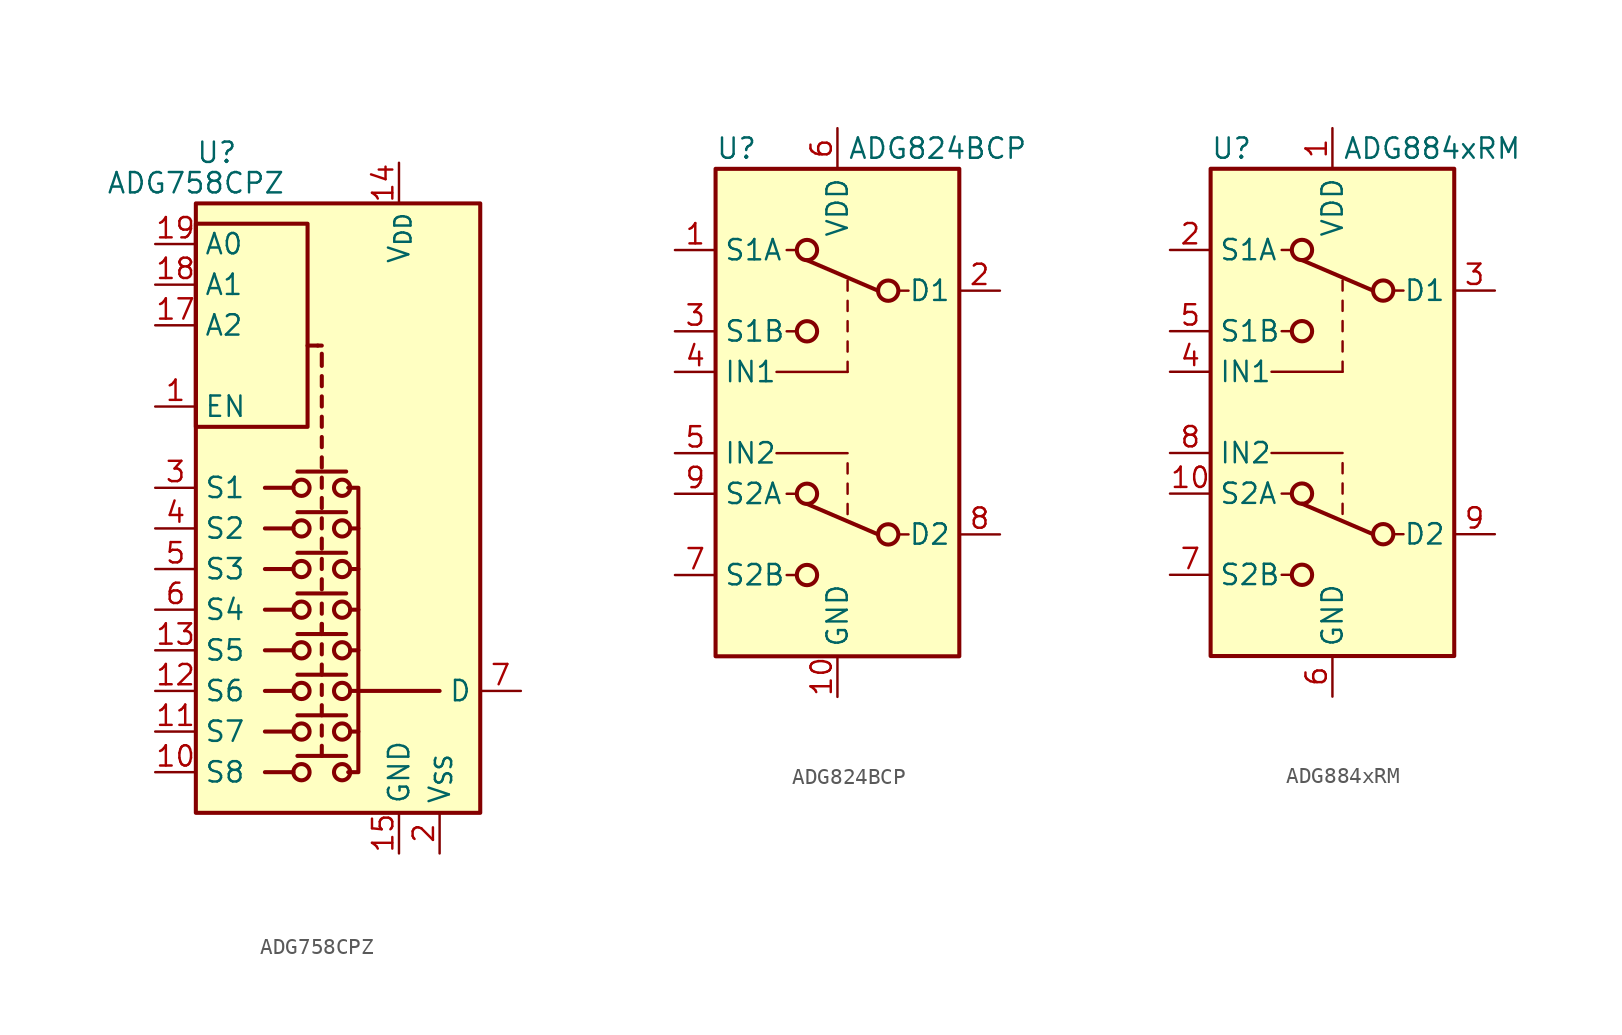
<source format=kicad_sym>
(kicad_symbol_lib
  (version 20231120)
  (generator "kicad_symbol_editor")
  (generator_version "8.0")
  (symbol "ADG758CPZ"
    (property "Reference" "U"
      (at -7.62 23.495 0)
      (effects (font (size 1.27 1.27)) (justify left)))
    (property "Value" "ADG758CPZ"
      (at -7.62 21.59 0)
      (effects (font (size 1.27 1.27))))
    (symbol "ADG758CPZ_0_1"
      (rectangle (start -7.62 6.35) (end -0.635 19.05) (stroke (width 0.254) (type default)) (fill (type none)))
      (rectangle (start -7.62 20.32) (end 10.16 -17.78) (stroke (width 0.254) (type default)) (fill (type background)))
      (circle (center -1.016 -15.24) (radius 0.508) (stroke (width 0.254) (type default)) (fill (type none)))
      (circle (center -1.016 -12.7) (radius 0.508) (stroke (width 0.254) (type default)) (fill (type none)))
      (circle (center -1.016 -10.16) (radius 0.508) (stroke (width 0.254) (type default)) (fill (type none)))
      (circle (center -1.016 -7.62) (radius 0.508) (stroke (width 0.254) (type default)) (fill (type none)))
      (circle (center -1.016 -5.08) (radius 0.508) (stroke (width 0.254) (type default)) (fill (type none)))
      (circle (center -1.016 -2.54) (radius 0.508) (stroke (width 0.254) (type default)) (fill (type none)))
      (circle (center -1.016 0) (radius 0.508) (stroke (width 0.254) (type default)) (fill (type none)))
      (circle (center -1.016 2.54) (radius 0.508) (stroke (width 0.254) (type default)) (fill (type none)))
      (polyline (pts (xy -1.524 -15.24) (xy -3.302 -15.24)) (stroke (width 0.254) (type default)) (fill (type none)))
      (polyline (pts (xy -1.524 -12.7) (xy -3.302 -12.7)) (stroke (width 0.254) (type default)) (fill (type none)))
      (polyline (pts (xy -1.524 -10.16) (xy -3.302 -10.16)) (stroke (width 0.254) (type default)) (fill (type none)))
      (polyline (pts (xy -1.524 -7.62) (xy -3.302 -7.62)) (stroke (width 0.254) (type default)) (fill (type none)))
      (polyline (pts (xy -1.524 -5.08) (xy -3.302 -5.08)) (stroke (width 0.254) (type default)) (fill (type none)))
      (polyline (pts (xy -1.524 -2.54) (xy -3.302 -2.54)) (stroke (width 0.254) (type default)) (fill (type none)))
      (polyline (pts (xy -1.524 0) (xy -3.302 0)) (stroke (width 0.254) (type default)) (fill (type none)))
      (polyline (pts (xy -1.524 2.54) (xy -3.302 2.54)) (stroke (width 0.254) (type default)) (fill (type none)))
      (polyline (pts (xy -1.27 -14.224) (xy 1.778 -14.224)) (stroke (width 0.254) (type default)) (fill (type none)))
      (polyline (pts (xy -1.27 -11.684) (xy 1.778 -11.684)) (stroke (width 0.254) (type default)) (fill (type none)))
      (polyline (pts (xy -1.27 -9.144) (xy 1.778 -9.144)) (stroke (width 0.254) (type default)) (fill (type none)))
      (polyline (pts (xy -1.27 -6.604) (xy 1.778 -6.604)) (stroke (width 0.254) (type default)) (fill (type none)))
      (polyline (pts (xy -1.27 -4.064) (xy 1.778 -4.064)) (stroke (width 0.254) (type default)) (fill (type none)))
      (polyline (pts (xy -1.27 -1.524) (xy 1.778 -1.524)) (stroke (width 0.254) (type default)) (fill (type none)))
      (polyline (pts (xy -1.27 1.016) (xy 1.778 1.016)) (stroke (width 0.254) (type default)) (fill (type none)))
      (polyline (pts (xy -1.27 3.556) (xy 1.778 3.556)) (stroke (width 0.254) (type default)) (fill (type none)))
      (polyline (pts (xy -0.635 11.43) (xy 0 11.43)) (stroke (width 0.254) (type default)) (fill (type none)))
      (polyline (pts (xy 0.254 -14.224) (xy 0.254 -13.589)) (stroke (width 0.254) (type default)) (fill (type none)))
      (polyline (pts (xy 0.254 -12.954) (xy 0.254 -12.319)) (stroke (width 0.254) (type default)) (fill (type none)))
      (polyline (pts (xy 0.254 -11.684) (xy 0.254 -11.049)) (stroke (width 0.254) (type default)) (fill (type none)))
      (polyline (pts (xy 0.254 -10.414) (xy 0.254 -9.779)) (stroke (width 0.254) (type default)) (fill (type none)))
      (polyline (pts (xy 0.254 -9.144) (xy 0.254 -8.509)) (stroke (width 0.254) (type default)) (fill (type none)))
      (polyline (pts (xy 0.254 -7.874) (xy 0.254 -7.239)) (stroke (width 0.254) (type default)) (fill (type none)))
      (polyline (pts (xy 0.254 -6.604) (xy 0.254 -5.969)) (stroke (width 0.254) (type default)) (fill (type none)))
      (polyline (pts (xy 0.254 -6.604) (xy 0.254 -5.969)) (stroke (width 0.254) (type default)) (fill (type none)))
      (polyline (pts (xy 0.254 -5.334) (xy 0.254 -4.699)) (stroke (width 0.254) (type default)) (fill (type none)))
      (polyline (pts (xy 0.254 -3.81) (xy 0.254 -3.175)) (stroke (width 0.254) (type default)) (fill (type none)))
      (polyline (pts (xy 0.254 -2.54) (xy 0.254 -1.905)) (stroke (width 0.254) (type default)) (fill (type none)))
      (polyline (pts (xy 0.254 -1.27) (xy 0.254 -0.635)) (stroke (width 0.254) (type default)) (fill (type none)))
      (polyline (pts (xy 0.254 0) (xy 0.254 0.635)) (stroke (width 0.254) (type default)) (fill (type none)))
      (polyline (pts (xy 0.254 1.27) (xy 0.254 1.905)) (stroke (width 0.254) (type default)) (fill (type none)))
      (polyline (pts (xy 0.254 2.54) (xy 0.254 3.175)) (stroke (width 0.254) (type default)) (fill (type none)))
      (polyline (pts (xy 0.254 3.81) (xy 0.254 4.445)) (stroke (width 0.254) (type default)) (fill (type none)))
      (polyline (pts (xy 0.254 5.08) (xy 0.254 5.715)) (stroke (width 0.254) (type default)) (fill (type none)))
      (polyline (pts (xy 0.254 6.35) (xy 0.254 6.985)) (stroke (width 0.254) (type default)) (fill (type none)))
      (polyline (pts (xy 0.254 7.62) (xy 0.254 8.255)) (stroke (width 0.254) (type default)) (fill (type none)))
      (polyline (pts (xy 0.254 8.89) (xy 0.254 9.525)) (stroke (width 0.254) (type default)) (fill (type none)))
      (polyline (pts (xy 0.254 10.16) (xy 0.254 10.922)) (stroke (width 0.254) (type default)) (fill (type none)))
      (polyline (pts (xy 0.254 11.43) (xy 0 11.43)) (stroke (width 0.254) (type default)) (fill (type none)))
      (polyline (pts (xy 2.032 -12.7) (xy 2.54 -12.7)) (stroke (width 0.254) (type default)) (fill (type none)))
      (polyline (pts (xy 2.032 -10.16) (xy 2.54 -10.16)) (stroke (width 0.254) (type default)) (fill (type none)))
      (polyline (pts (xy 2.032 -7.62) (xy 2.54 -7.62)) (stroke (width 0.254) (type default)) (fill (type none)))
      (polyline (pts (xy 2.032 -5.08) (xy 2.54 -5.08)) (stroke (width 0.254) (type default)) (fill (type none)))
      (polyline (pts (xy 2.032 -2.54) (xy 2.54 -2.54)) (stroke (width 0.254) (type default)) (fill (type none)))
      (polyline (pts (xy 2.032 0) (xy 2.54 0)) (stroke (width 0.254) (type default)) (fill (type none)))
      (polyline (pts (xy 2.54 -10.16) (xy 7.62 -10.16)) (stroke (width 0.254) (type default)) (fill (type none)))
      (polyline (pts (xy 1.905 2.54) (xy 2.54 2.54) (xy 2.54 -15.24) (xy 1.905 -15.24)) (stroke (width 0.254) (type default)) (fill (type none)))
      (circle (center 1.524 -15.24) (radius 0.508) (stroke (width 0.254) (type default)) (fill (type none)))
      (circle (center 1.524 -12.7) (radius 0.508) (stroke (width 0.254) (type default)) (fill (type none)))
      (circle (center 1.524 -10.16) (radius 0.508) (stroke (width 0.254) (type default)) (fill (type none)))
      (circle (center 1.524 -7.62) (radius 0.508) (stroke (width 0.254) (type default)) (fill (type none)))
      (circle (center 1.524 -5.08) (radius 0.508) (stroke (width 0.254) (type default)) (fill (type none)))
      (circle (center 1.524 -2.54) (radius 0.508) (stroke (width 0.254) (type default)) (fill (type none)))
      (circle (center 1.524 0) (radius 0.508) (stroke (width 0.254) (type default)) (fill (type none)))
      (circle (center 1.524 2.54) (radius 0.508) (stroke (width 0.254) (type default)) (fill (type none))))
    (symbol "ADG758CPZ_1_0"
      (pin power_in line (at 5.08 -20.32 90) (length 2.54) (name "GND" (effects (font (size 1.27 1.27)))) (number "15" (effects (font (size 1.27 1.27))))))
    (symbol "ADG758CPZ_1_1"
      (pin input line (at -10.16 7.62 0) (length 2.54) (name "EN" (effects (font (size 1.27 1.27)))) (number "1" (effects (font (size 1.27 1.27)))))
      (pin bidirectional line (at -10.16 -15.24 0) (length 2.54) (name "S8" (effects (font (size 1.27 1.27)))) (number "10" (effects (font (size 1.27 1.27)))))
      (pin bidirectional line (at -10.16 -12.7 0) (length 2.54) (name "S7" (effects (font (size 1.27 1.27)))) (number "11" (effects (font (size 1.27 1.27)))))
      (pin bidirectional line (at -10.16 -10.16 0) (length 2.54) (name "S6" (effects (font (size 1.27 1.27)))) (number "12" (effects (font (size 1.27 1.27)))))
      (pin bidirectional line (at -10.16 -7.62 0) (length 2.54) (name "S5" (effects (font (size 1.27 1.27)))) (number "13" (effects (font (size 1.27 1.27)))))
      (pin power_in line (at 5.08 22.86 270) (length 2.54) (name "V_{DD}" (effects (font (size 1.27 1.27)))) (number "14" (effects (font (size 1.27 1.27)))))
      (pin no_connect line (at 10.16 10.16 180) (length 2.54) hide (name "NC" (effects (font (size 1.27 1.27)))) (number "16" (effects (font (size 1.27 1.27)))))
      (pin input line (at -10.16 12.7 0) (length 2.54) (name "A2" (effects (font (size 1.27 1.27)))) (number "17" (effects (font (size 1.27 1.27)))))
      (pin input line (at -10.16 15.24 0) (length 2.54) (name "A1" (effects (font (size 1.27 1.27)))) (number "18" (effects (font (size 1.27 1.27)))))
      (pin input line (at -10.16 17.78 0) (length 2.54) (name "A0" (effects (font (size 1.27 1.27)))) (number "19" (effects (font (size 1.27 1.27)))))
      (pin power_in line (at 7.62 -20.32 90) (length 2.54) (name "V_{SS}" (effects (font (size 1.27 1.27)))) (number "2" (effects (font (size 1.27 1.27)))))
      (pin no_connect line (at 10.16 7.62 180) (length 2.54) hide (name "NC" (effects (font (size 1.27 1.27)))) (number "20" (effects (font (size 1.27 1.27)))))
      (pin passive line (at 7.62 -20.32 90) (length 2.54) hide (name "V_{SS}" (effects (font (size 1.27 1.27)))) (number "21" (effects (font (size 1.27 1.27)))))
      (pin bidirectional line (at -10.16 2.54 0) (length 2.54) (name "S1" (effects (font (size 1.27 1.27)))) (number "3" (effects (font (size 1.27 1.27)))))
      (pin bidirectional line (at -10.16 0 0) (length 2.54) (name "S2" (effects (font (size 1.27 1.27)))) (number "4" (effects (font (size 1.27 1.27)))))
      (pin bidirectional line (at -10.16 -2.54 0) (length 2.54) (name "S3" (effects (font (size 1.27 1.27)))) (number "5" (effects (font (size 1.27 1.27)))))
      (pin bidirectional line (at -10.16 -5.08 0) (length 2.54) (name "S4" (effects (font (size 1.27 1.27)))) (number "6" (effects (font (size 1.27 1.27)))))
      (pin bidirectional line (at 12.7 -10.16 180) (length 2.54) (name "D" (effects (font (size 1.27 1.27)))) (number "7" (effects (font (size 1.27 1.27)))))
      (pin no_connect line (at 10.16 15.24 180) (length 2.54) hide (name "NC" (effects (font (size 1.27 1.27)))) (number "8" (effects (font (size 1.27 1.27)))))
      (pin no_connect line (at 10.16 12.7 180) (length 2.54) hide (name "NC" (effects (font (size 1.27 1.27)))) (number "9" (effects (font (size 1.27 1.27)))))))
  (symbol "ADG824BCP"
    (property "Reference" "U"
      (at -7.62 16.51 0)
      (effects (font (size 1.27 1.27)) (justify left)))
    (property "Value" "ADG824BCP"
      (at 0.635 16.51 0)
      (effects (font (size 1.27 1.27)) (justify left)))
    (symbol "ADG824BCP_0_1"
      (rectangle (start -7.62 15.24) (end 7.62 -15.24) (stroke (width 0.254) (type default)) (fill (type background)))
      (circle (center -1.905 -10.16) (radius 0.635) (stroke (width 0.254) (type default)) (fill (type none)))
      (circle (center -1.905 -5.08) (radius 0.635) (stroke (width 0.254) (type default)) (fill (type none)))
      (circle (center -1.905 5.08) (radius 0.635) (stroke (width 0.254) (type default)) (fill (type none)))
      (circle (center -1.905 10.16) (radius 0.635) (stroke (width 0.254) (type default)) (fill (type none)))
      (polyline (pts (xy -3.81 -2.54) (xy 0.635 -2.54)) (stroke (width 0) (type default)) (fill (type none)))
      (polyline (pts (xy -3.81 2.54) (xy 0.635 2.54)) (stroke (width 0) (type default)) (fill (type none)))
      (polyline (pts (xy -3.175 -10.16) (xy -2.54 -10.16)) (stroke (width 0) (type default)) (fill (type none)))
      (polyline (pts (xy -3.175 -5.08) (xy -2.54 -5.08)) (stroke (width 0) (type default)) (fill (type none)))
      (polyline (pts (xy -3.175 5.08) (xy -2.54 5.08)) (stroke (width 0) (type default)) (fill (type none)))
      (polyline (pts (xy -3.175 10.16) (xy -2.54 10.16)) (stroke (width 0) (type default)) (fill (type none)))
      (polyline (pts (xy -1.905 9.525) (xy 2.54 7.62)) (stroke (width 0.254) (type default)) (fill (type none)))
      (polyline (pts (xy 0.635 -5.715) (xy 0.635 -6.35)) (stroke (width 0) (type default)) (fill (type none)))
      (polyline (pts (xy 0.635 -4.445) (xy 0.635 -5.08)) (stroke (width 0) (type default)) (fill (type none)))
      (polyline (pts (xy 0.635 -3.175) (xy 0.635 -3.81)) (stroke (width 0) (type default)) (fill (type none)))
      (polyline (pts (xy 0.635 3.175) (xy 0.635 2.54)) (stroke (width 0) (type default)) (fill (type none)))
      (polyline (pts (xy 0.635 4.445) (xy 0.635 3.81)) (stroke (width 0) (type default)) (fill (type none)))
      (polyline (pts (xy 0.635 5.715) (xy 0.635 5.08)) (stroke (width 0) (type default)) (fill (type none)))
      (polyline (pts (xy 0.635 6.985) (xy 0.635 6.35)) (stroke (width 0) (type default)) (fill (type none)))
      (polyline (pts (xy 0.635 8.255) (xy 0.635 7.62)) (stroke (width 0) (type default)) (fill (type none)))
      (polyline (pts (xy 2.54 -7.62) (xy -1.905 -5.715)) (stroke (width 0.254) (type default)) (fill (type none)))
      (polyline (pts (xy 4.445 -7.62) (xy 3.81 -7.62)) (stroke (width 0) (type default)) (fill (type none)))
      (polyline (pts (xy 4.445 7.62) (xy 3.81 7.62)) (stroke (width 0) (type default)) (fill (type none)))
      (circle (center 3.175 -7.62) (radius 0.635) (stroke (width 0.254) (type default)) (fill (type none)))
      (circle (center 3.175 7.62) (radius 0.635) (stroke (width 0.254) (type default)) (fill (type none))))
    (symbol "ADG824BCP_1_1"
      (pin bidirectional line (at -10.16 10.16 0) (length 2.54) (name "S1A" (effects (font (size 1.27 1.27)))) (number "1" (effects (font (size 1.27 1.27)))))
      (pin power_in line (at 0 -17.78 90) (length 2.54) (name "GND" (effects (font (size 1.27 1.27)))) (number "10" (effects (font (size 1.27 1.27)))))
      (pin bidirectional line (at 10.16 7.62 180) (length 2.54) (name "D1" (effects (font (size 1.27 1.27)))) (number "2" (effects (font (size 1.27 1.27)))))
      (pin bidirectional line (at -10.16 5.08 0) (length 2.54) (name "S1B" (effects (font (size 1.27 1.27)))) (number "3" (effects (font (size 1.27 1.27)))))
      (pin input line (at -10.16 2.54 0) (length 2.54) (name "IN1" (effects (font (size 1.27 1.27)))) (number "4" (effects (font (size 1.27 1.27)))))
      (pin input line (at -10.16 -2.54 0) (length 2.54) (name "IN2" (effects (font (size 1.27 1.27)))) (number "5" (effects (font (size 1.27 1.27)))))
      (pin power_in line (at 0 17.78 270) (length 2.54) (name "VDD" (effects (font (size 1.27 1.27)))) (number "6" (effects (font (size 1.27 1.27)))))
      (pin bidirectional line (at -10.16 -10.16 0) (length 2.54) (name "S2B" (effects (font (size 1.27 1.27)))) (number "7" (effects (font (size 1.27 1.27)))))
      (pin bidirectional line (at 10.16 -7.62 180) (length 2.54) (name "D2" (effects (font (size 1.27 1.27)))) (number "8" (effects (font (size 1.27 1.27)))))
      (pin bidirectional line (at -10.16 -5.08 0) (length 2.54) (name "S2A" (effects (font (size 1.27 1.27)))) (number "9" (effects (font (size 1.27 1.27)))))))
  (symbol "ADG884xRM"
    (property "Reference" "U"
      (at -7.62 16.51 0)
      (effects (font (size 1.27 1.27)) (justify left)))
    (property "Value" "ADG884xRM"
      (at 0.635 16.51 0)
      (effects (font (size 1.27 1.27)) (justify left)))
    (symbol "ADG884xRM_0_1"
      (rectangle (start -7.62 15.24) (end 7.62 -15.24) (stroke (width 0.254) (type default)) (fill (type background)))
      (circle (center -1.905 -10.16) (radius 0.635) (stroke (width 0.254) (type default)) (fill (type none)))
      (circle (center -1.905 -5.08) (radius 0.635) (stroke (width 0.254) (type default)) (fill (type none)))
      (circle (center -1.905 5.08) (radius 0.635) (stroke (width 0.254) (type default)) (fill (type none)))
      (circle (center -1.905 10.16) (radius 0.635) (stroke (width 0.254) (type default)) (fill (type none)))
      (polyline (pts (xy -3.81 -2.54) (xy 0.635 -2.54)) (stroke (width 0) (type default)) (fill (type none)))
      (polyline (pts (xy -3.81 2.54) (xy 0.635 2.54)) (stroke (width 0) (type default)) (fill (type none)))
      (polyline (pts (xy -3.175 -10.16) (xy -2.54 -10.16)) (stroke (width 0) (type default)) (fill (type none)))
      (polyline (pts (xy -3.175 -5.08) (xy -2.54 -5.08)) (stroke (width 0) (type default)) (fill (type none)))
      (polyline (pts (xy -3.175 5.08) (xy -2.54 5.08)) (stroke (width 0) (type default)) (fill (type none)))
      (polyline (pts (xy -3.175 10.16) (xy -2.54 10.16)) (stroke (width 0) (type default)) (fill (type none)))
      (polyline (pts (xy -1.905 9.525) (xy 2.54 7.62)) (stroke (width 0.254) (type default)) (fill (type none)))
      (polyline (pts (xy 0.635 -5.715) (xy 0.635 -6.35)) (stroke (width 0) (type default)) (fill (type none)))
      (polyline (pts (xy 0.635 -4.445) (xy 0.635 -5.08)) (stroke (width 0) (type default)) (fill (type none)))
      (polyline (pts (xy 0.635 -3.175) (xy 0.635 -3.81)) (stroke (width 0) (type default)) (fill (type none)))
      (polyline (pts (xy 0.635 3.175) (xy 0.635 2.54)) (stroke (width 0) (type default)) (fill (type none)))
      (polyline (pts (xy 0.635 4.445) (xy 0.635 3.81)) (stroke (width 0) (type default)) (fill (type none)))
      (polyline (pts (xy 0.635 5.715) (xy 0.635 5.08)) (stroke (width 0) (type default)) (fill (type none)))
      (polyline (pts (xy 0.635 6.985) (xy 0.635 6.35)) (stroke (width 0) (type default)) (fill (type none)))
      (polyline (pts (xy 0.635 8.255) (xy 0.635 7.62)) (stroke (width 0) (type default)) (fill (type none)))
      (polyline (pts (xy 2.54 -7.62) (xy -1.905 -5.715)) (stroke (width 0.254) (type default)) (fill (type none)))
      (polyline (pts (xy 4.445 -7.62) (xy 3.81 -7.62)) (stroke (width 0) (type default)) (fill (type none)))
      (polyline (pts (xy 4.445 7.62) (xy 3.81 7.62)) (stroke (width 0) (type default)) (fill (type none)))
      (circle (center 3.175 -7.62) (radius 0.635) (stroke (width 0.254) (type default)) (fill (type none)))
      (circle (center 3.175 7.62) (radius 0.635) (stroke (width 0.254) (type default)) (fill (type none))))
    (symbol "ADG884xRM_1_1"
      (pin power_in line (at 0 17.78 270) (length 2.54) (name "VDD" (effects (font (size 1.27 1.27)))) (number "1" (effects (font (size 1.27 1.27)))))
      (pin bidirectional line (at -10.16 -5.08 0) (length 2.54) (name "S2A" (effects (font (size 1.27 1.27)))) (number "10" (effects (font (size 1.27 1.27)))))
      (pin bidirectional line (at -10.16 10.16 0) (length 2.54) (name "S1A" (effects (font (size 1.27 1.27)))) (number "2" (effects (font (size 1.27 1.27)))))
      (pin bidirectional line (at 10.16 7.62 180) (length 2.54) (name "D1" (effects (font (size 1.27 1.27)))) (number "3" (effects (font (size 1.27 1.27)))))
      (pin input line (at -10.16 2.54 0) (length 2.54) (name "IN1" (effects (font (size 1.27 1.27)))) (number "4" (effects (font (size 1.27 1.27)))))
      (pin bidirectional line (at -10.16 5.08 0) (length 2.54) (name "S1B" (effects (font (size 1.27 1.27)))) (number "5" (effects (font (size 1.27 1.27)))))
      (pin power_in line (at 0 -17.78 90) (length 2.54) (name "GND" (effects (font (size 1.27 1.27)))) (number "6" (effects (font (size 1.27 1.27)))))
      (pin bidirectional line (at -10.16 -10.16 0) (length 2.54) (name "S2B" (effects (font (size 1.27 1.27)))) (number "7" (effects (font (size 1.27 1.27)))))
      (pin input line (at -10.16 -2.54 0) (length 2.54) (name "IN2" (effects (font (size 1.27 1.27)))) (number "8" (effects (font (size 1.27 1.27)))))
      (pin bidirectional line (at 10.16 -7.62 180) (length 2.54) (name "D2" (effects (font (size 1.27 1.27)))) (number "9" (effects (font (size 1.27 1.27))))))))
</source>
